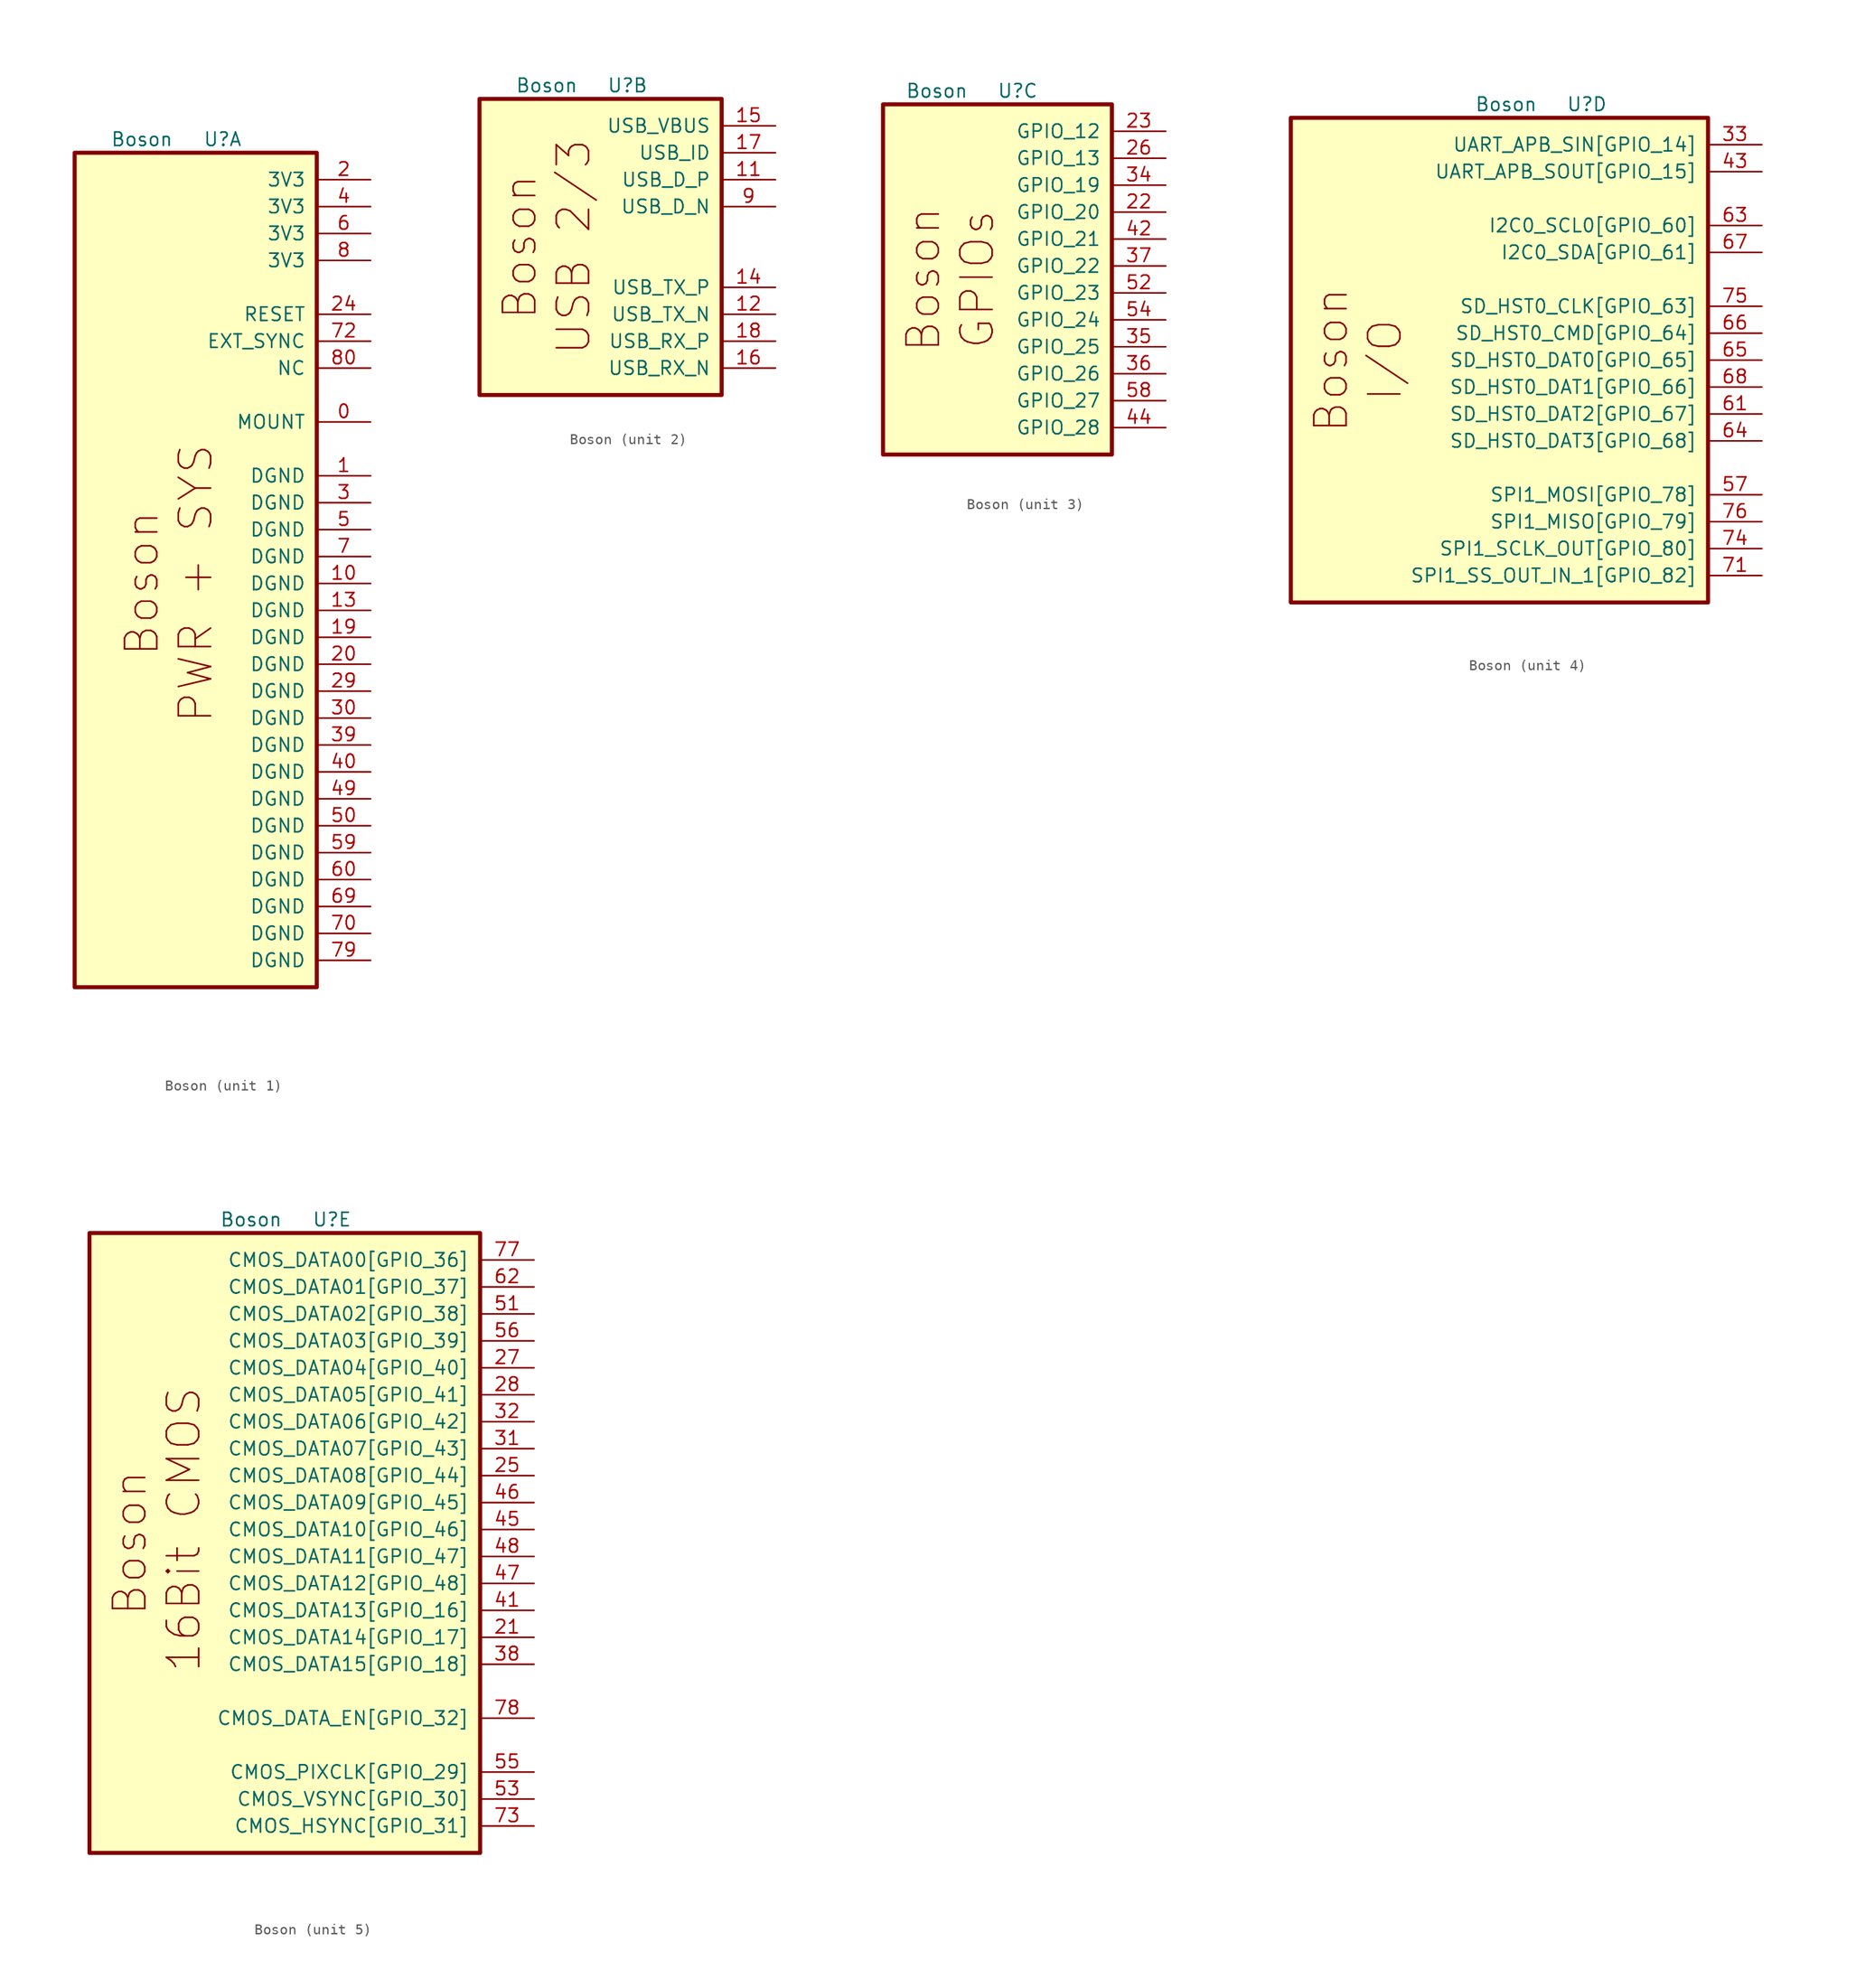
<source format=kicad_sym>
(kicad_symbol_lib
  (version 20211014)
  (generator kicad_symbol_editor)
  (symbol "Boson"
    (pin_names
      (offset 1.016))
    (property "Reference" "U"
      (at 2.54 36.83 0)
      (effects (font (size 1.27 1.27))))
    (property "Value" "Boson"
      (at -5.08 36.83 0)
      (effects (font (size 1.27 1.27))))
    (property "ki_locked" ""
      (at 0 0 0)
      (effects (font (size 1.27 1.27))))
    (symbol "Boson_1_0"
      (text "Boson" (at -5.08 -5.08 900) (effects (font (size 3.048 3.048)))))
    (symbol "Boson_1_1"
      (rectangle (start 11.43 -43.18) (end -11.43 35.56) (stroke (width 0.381) (type default) (color 0 0 0 0)) (fill (type background)))
      (text "PWR + SYS" (at 0 -5.08 900) (effects (font (size 3.048 3.048))))
      (pin passive line (at 16.51 10.16 180) (length 5.08) (name "MOUNT" (effects (font (size 1.27 1.27)))) (number "0" (effects (font (size 1.27 1.27)))))
      (pin power_in line (at 16.51 5.08 180) (length 5.08) (name "DGND" (effects (font (size 1.27 1.27)))) (number "1" (effects (font (size 1.27 1.27)))))
      (pin power_in line (at 16.51 -5.08 180) (length 5.08) (name "DGND" (effects (font (size 1.27 1.27)))) (number "10" (effects (font (size 1.27 1.27)))))
      (pin power_in line (at 16.51 -7.62 180) (length 5.08) (name "DGND" (effects (font (size 1.27 1.27)))) (number "13" (effects (font (size 1.27 1.27)))))
      (pin power_in line (at 16.51 -10.16 180) (length 5.08) (name "DGND" (effects (font (size 1.27 1.27)))) (number "19" (effects (font (size 1.27 1.27)))))
      (pin power_in line (at 16.51 33.02 180) (length 5.08) (name "3V3" (effects (font (size 1.27 1.27)))) (number "2" (effects (font (size 1.27 1.27)))))
      (pin power_in line (at 16.51 -12.7 180) (length 5.08) (name "DGND" (effects (font (size 1.27 1.27)))) (number "20" (effects (font (size 1.27 1.27)))))
      (pin input line (at 16.51 20.32 180) (length 5.08) (name "RESET" (effects (font (size 1.27 1.27)))) (number "24" (effects (font (size 1.27 1.27)))))
      (pin power_in line (at 16.51 -15.24 180) (length 5.08) (name "DGND" (effects (font (size 1.27 1.27)))) (number "29" (effects (font (size 1.27 1.27)))))
      (pin power_in line (at 16.51 2.54 180) (length 5.08) (name "DGND" (effects (font (size 1.27 1.27)))) (number "3" (effects (font (size 1.27 1.27)))))
      (pin power_in line (at 16.51 -17.78 180) (length 5.08) (name "DGND" (effects (font (size 1.27 1.27)))) (number "30" (effects (font (size 1.27 1.27)))))
      (pin power_in line (at 16.51 -20.32 180) (length 5.08) (name "DGND" (effects (font (size 1.27 1.27)))) (number "39" (effects (font (size 1.27 1.27)))))
      (pin power_in line (at 16.51 30.48 180) (length 5.08) (name "3V3" (effects (font (size 1.27 1.27)))) (number "4" (effects (font (size 1.27 1.27)))))
      (pin power_in line (at 16.51 -22.86 180) (length 5.08) (name "DGND" (effects (font (size 1.27 1.27)))) (number "40" (effects (font (size 1.27 1.27)))))
      (pin power_in line (at 16.51 -25.4 180) (length 5.08) (name "DGND" (effects (font (size 1.27 1.27)))) (number "49" (effects (font (size 1.27 1.27)))))
      (pin power_in line (at 16.51 0 180) (length 5.08) (name "DGND" (effects (font (size 1.27 1.27)))) (number "5" (effects (font (size 1.27 1.27)))))
      (pin power_in line (at 16.51 -27.94 180) (length 5.08) (name "DGND" (effects (font (size 1.27 1.27)))) (number "50" (effects (font (size 1.27 1.27)))))
      (pin power_in line (at 16.51 -30.48 180) (length 5.08) (name "DGND" (effects (font (size 1.27 1.27)))) (number "59" (effects (font (size 1.27 1.27)))))
      (pin power_in line (at 16.51 27.94 180) (length 5.08) (name "3V3" (effects (font (size 1.27 1.27)))) (number "6" (effects (font (size 1.27 1.27)))))
      (pin power_in line (at 16.51 -33.02 180) (length 5.08) (name "DGND" (effects (font (size 1.27 1.27)))) (number "60" (effects (font (size 1.27 1.27)))))
      (pin power_in line (at 16.51 -35.56 180) (length 5.08) (name "DGND" (effects (font (size 1.27 1.27)))) (number "69" (effects (font (size 1.27 1.27)))))
      (pin power_in line (at 16.51 -2.54 180) (length 5.08) (name "DGND" (effects (font (size 1.27 1.27)))) (number "7" (effects (font (size 1.27 1.27)))))
      (pin power_in line (at 16.51 -38.1 180) (length 5.08) (name "DGND" (effects (font (size 1.27 1.27)))) (number "70" (effects (font (size 1.27 1.27)))))
      (pin input line (at 16.51 17.78 180) (length 5.08) (name "EXT_SYNC" (effects (font (size 1.27 1.27)))) (number "72" (effects (font (size 1.27 1.27)))))
      (pin power_in line (at 16.51 -40.64 180) (length 5.08) (name "DGND" (effects (font (size 1.27 1.27)))) (number "79" (effects (font (size 1.27 1.27)))))
      (pin power_in line (at 16.51 25.4 180) (length 5.08) (name "3V3" (effects (font (size 1.27 1.27)))) (number "8" (effects (font (size 1.27 1.27)))))
      (pin passive line (at 16.51 15.24 180) (length 5.08) (name "NC" (effects (font (size 1.27 1.27)))) (number "80" (effects (font (size 1.27 1.27))))))
    (symbol "Boson_2_0"
      (rectangle (start -11.43 35.56) (end 11.43 7.62) (stroke (width 0.381) (type default) (color 0 0 0 0)) (fill (type background)))
      (text "Boson" (at -7.62 21.59 900) (effects (font (size 3.048 3.048))))
      (text "USB 2/3" (at -2.54 21.59 900) (effects (font (size 3.048 3.048)))))
    (symbol "Boson_2_1"
      (pin input line (at 16.51 27.94 180) (length 5.08) (name "USB_D_P" (effects (font (size 1.27 1.27)))) (number "11" (effects (font (size 1.27 1.27)))))
      (pin input line (at 16.51 15.24 180) (length 5.08) (name "USB_TX_N" (effects (font (size 1.27 1.27)))) (number "12" (effects (font (size 1.27 1.27)))))
      (pin input line (at 16.51 17.78 180) (length 5.08) (name "USB_TX_P" (effects (font (size 1.27 1.27)))) (number "14" (effects (font (size 1.27 1.27)))))
      (pin input line (at 16.51 33.02 180) (length 5.08) (name "USB_VBUS" (effects (font (size 1.27 1.27)))) (number "15" (effects (font (size 1.27 1.27)))))
      (pin input line (at 16.51 10.16 180) (length 5.08) (name "USB_RX_N" (effects (font (size 1.27 1.27)))) (number "16" (effects (font (size 1.27 1.27)))))
      (pin input line (at 16.51 30.48 180) (length 5.08) (name "USB_ID" (effects (font (size 1.27 1.27)))) (number "17" (effects (font (size 1.27 1.27)))))
      (pin input line (at 16.51 12.7 180) (length 5.08) (name "USB_RX_P" (effects (font (size 1.27 1.27)))) (number "18" (effects (font (size 1.27 1.27)))))
      (pin input line (at 16.51 25.4 180) (length 5.08) (name "USB_D_N" (effects (font (size 1.27 1.27)))) (number "9" (effects (font (size 1.27 1.27))))))
    (symbol "Boson_3_0"
      (rectangle (start -10.16 35.56) (end 11.43 2.54) (stroke (width 0.381) (type default) (color 0 0 0 0)) (fill (type background)))
      (text "Boson" (at -6.35 19.05 900) (effects (font (size 3.048 3.048))))
      (text "GPIOs" (at -1.27 19.05 900) (effects (font (size 3.048 3.048)))))
    (symbol "Boson_3_1"
      (pin passive line (at 16.51 25.4 180) (length 5.08) (name "GPIO_20" (effects (font (size 1.27 1.27)))) (number "22" (effects (font (size 1.27 1.27)))))
      (pin passive line (at 16.51 33.02 180) (length 5.08) (name "GPIO_12" (effects (font (size 1.27 1.27)))) (number "23" (effects (font (size 1.27 1.27)))))
      (pin passive line (at 16.51 30.48 180) (length 5.08) (name "GPIO_13" (effects (font (size 1.27 1.27)))) (number "26" (effects (font (size 1.27 1.27)))))
      (pin passive line (at 16.51 27.94 180) (length 5.08) (name "GPIO_19" (effects (font (size 1.27 1.27)))) (number "34" (effects (font (size 1.27 1.27)))))
      (pin passive line (at 16.51 12.7 180) (length 5.08) (name "GPIO_25" (effects (font (size 1.27 1.27)))) (number "35" (effects (font (size 1.27 1.27)))))
      (pin passive line (at 16.51 10.16 180) (length 5.08) (name "GPIO_26" (effects (font (size 1.27 1.27)))) (number "36" (effects (font (size 1.27 1.27)))))
      (pin passive line (at 16.51 20.32 180) (length 5.08) (name "GPIO_22" (effects (font (size 1.27 1.27)))) (number "37" (effects (font (size 1.27 1.27)))))
      (pin passive line (at 16.51 22.86 180) (length 5.08) (name "GPIO_21" (effects (font (size 1.27 1.27)))) (number "42" (effects (font (size 1.27 1.27)))))
      (pin passive line (at 16.51 5.08 180) (length 5.08) (name "GPIO_28" (effects (font (size 1.27 1.27)))) (number "44" (effects (font (size 1.27 1.27)))))
      (pin passive line (at 16.51 17.78 180) (length 5.08) (name "GPIO_23" (effects (font (size 1.27 1.27)))) (number "52" (effects (font (size 1.27 1.27)))))
      (pin passive line (at 16.51 15.24 180) (length 5.08) (name "GPIO_24" (effects (font (size 1.27 1.27)))) (number "54" (effects (font (size 1.27 1.27)))))
      (pin passive line (at 16.51 7.62 180) (length 5.08) (name "GPIO_27" (effects (font (size 1.27 1.27)))) (number "58" (effects (font (size 1.27 1.27))))))
    (symbol "Boson_4_0"
      (text "Boson" (at -21.59 12.7 900) (effects (font (size 3.048 3.048)))))
    (symbol "Boson_4_1"
      (rectangle (start 13.97 35.56) (end -25.4 -10.16) (stroke (width 0.381) (type default) (color 0 0 0 0)) (fill (type background)))
      (text "I/O" (at -16.51 12.7 900) (effects (font (size 3.048 3.048))))
      (pin input line (at 19.05 33.02 180) (length 5.08) (name "UART_APB_SIN[GPIO_14]" (effects (font (size 1.27 1.27)))) (number "33" (effects (font (size 1.27 1.27)))))
      (pin output line (at 19.05 30.48 180) (length 5.08) (name "UART_APB_SOUT[GPIO_15]" (effects (font (size 1.27 1.27)))) (number "43" (effects (font (size 1.27 1.27)))))
      (pin input line (at 19.05 0 180) (length 5.08) (name "SPI1_MOSI[GPIO_78]" (effects (font (size 1.27 1.27)))) (number "57" (effects (font (size 1.27 1.27)))))
      (pin input line (at 19.05 7.62 180) (length 5.08) (name "SD_HST0_DAT2[GPIO_67]" (effects (font (size 1.27 1.27)))) (number "61" (effects (font (size 1.27 1.27)))))
      (pin bidirectional line (at 19.05 25.4 180) (length 5.08) (name "I2C0_SCL0[GPIO_60]" (effects (font (size 1.27 1.27)))) (number "63" (effects (font (size 1.27 1.27)))))
      (pin input line (at 19.05 5.08 180) (length 5.08) (name "SD_HST0_DAT3[GPIO_68]" (effects (font (size 1.27 1.27)))) (number "64" (effects (font (size 1.27 1.27)))))
      (pin input line (at 19.05 12.7 180) (length 5.08) (name "SD_HST0_DAT0[GPIO_65]" (effects (font (size 1.27 1.27)))) (number "65" (effects (font (size 1.27 1.27)))))
      (pin input line (at 19.05 15.24 180) (length 5.08) (name "SD_HST0_CMD[GPIO_64]" (effects (font (size 1.27 1.27)))) (number "66" (effects (font (size 1.27 1.27)))))
      (pin bidirectional line (at 19.05 22.86 180) (length 5.08) (name "I2C0_SDA[GPIO_61]" (effects (font (size 1.27 1.27)))) (number "67" (effects (font (size 1.27 1.27)))))
      (pin input line (at 19.05 10.16 180) (length 5.08) (name "SD_HST0_DAT1[GPIO_66]" (effects (font (size 1.27 1.27)))) (number "68" (effects (font (size 1.27 1.27)))))
      (pin input line (at 19.05 -7.62 180) (length 5.08) (name "SPI1_SS_OUT_IN_1[GPIO_82]" (effects (font (size 1.27 1.27)))) (number "71" (effects (font (size 1.27 1.27)))))
      (pin input line (at 19.05 -5.08 180) (length 5.08) (name "SPI1_SCLK_OUT[GPIO_80]" (effects (font (size 1.27 1.27)))) (number "74" (effects (font (size 1.27 1.27)))))
      (pin input line (at 19.05 17.78 180) (length 5.08) (name "SD_HST0_CLK[GPIO_63]" (effects (font (size 1.27 1.27)))) (number "75" (effects (font (size 1.27 1.27)))))
      (pin output line (at 19.05 -2.54 180) (length 5.08) (name "SPI1_MISO[GPIO_79]" (effects (font (size 1.27 1.27)))) (number "76" (effects (font (size 1.27 1.27))))))
    (symbol "Boson_5_0"
      (text "Boson" (at -16.51 6.35 900) (effects (font (size 3.048 3.048)))))
    (symbol "Boson_5_1"
      (rectangle (start 16.51 -22.86) (end -20.32 35.56) (stroke (width 0.381) (type default) (color 0 0 0 0)) (fill (type background)))
      (text "16Bit CMOS" (at -11.43 7.62 900) (effects (font (size 3.048 3.048))))
      (pin output line (at 21.59 -2.54 180) (length 5.08) (name "CMOS_DATA14[GPIO_17]" (effects (font (size 1.27 1.27)))) (number "21" (effects (font (size 1.27 1.27)))))
      (pin output line (at 21.59 12.7 180) (length 5.08) (name "CMOS_DATA08[GPIO_44]" (effects (font (size 1.27 1.27)))) (number "25" (effects (font (size 1.27 1.27)))))
      (pin output line (at 21.59 22.86 180) (length 5.08) (name "CMOS_DATA04[GPIO_40]" (effects (font (size 1.27 1.27)))) (number "27" (effects (font (size 1.27 1.27)))))
      (pin output line (at 21.59 20.32 180) (length 5.08) (name "CMOS_DATA05[GPIO_41]" (effects (font (size 1.27 1.27)))) (number "28" (effects (font (size 1.27 1.27)))))
      (pin output line (at 21.59 15.24 180) (length 5.08) (name "CMOS_DATA07[GPIO_43]" (effects (font (size 1.27 1.27)))) (number "31" (effects (font (size 1.27 1.27)))))
      (pin output line (at 21.59 17.78 180) (length 5.08) (name "CMOS_DATA06[GPIO_42]" (effects (font (size 1.27 1.27)))) (number "32" (effects (font (size 1.27 1.27)))))
      (pin output line (at 21.59 -5.08 180) (length 5.08) (name "CMOS_DATA15[GPIO_18]" (effects (font (size 1.27 1.27)))) (number "38" (effects (font (size 1.27 1.27)))))
      (pin output line (at 21.59 0 180) (length 5.08) (name "CMOS_DATA13[GPIO_16]" (effects (font (size 1.27 1.27)))) (number "41" (effects (font (size 1.27 1.27)))))
      (pin output line (at 21.59 7.62 180) (length 5.08) (name "CMOS_DATA10[GPIO_46]" (effects (font (size 1.27 1.27)))) (number "45" (effects (font (size 1.27 1.27)))))
      (pin output line (at 21.59 10.16 180) (length 5.08) (name "CMOS_DATA09[GPIO_45]" (effects (font (size 1.27 1.27)))) (number "46" (effects (font (size 1.27 1.27)))))
      (pin output line (at 21.59 2.54 180) (length 5.08) (name "CMOS_DATA12[GPIO_48]" (effects (font (size 1.27 1.27)))) (number "47" (effects (font (size 1.27 1.27)))))
      (pin output line (at 21.59 5.08 180) (length 5.08) (name "CMOS_DATA11[GPIO_47]" (effects (font (size 1.27 1.27)))) (number "48" (effects (font (size 1.27 1.27)))))
      (pin output line (at 21.59 27.94 180) (length 5.08) (name "CMOS_DATA02[GPIO_38]" (effects (font (size 1.27 1.27)))) (number "51" (effects (font (size 1.27 1.27)))))
      (pin output line (at 21.59 -17.78 180) (length 5.08) (name "CMOS_VSYNC[GPIO_30]" (effects (font (size 1.27 1.27)))) (number "53" (effects (font (size 1.27 1.27)))))
      (pin output line (at 21.59 -15.24 180) (length 5.08) (name "CMOS_PIXCLK[GPIO_29]" (effects (font (size 1.27 1.27)))) (number "55" (effects (font (size 1.27 1.27)))))
      (pin output line (at 21.59 25.4 180) (length 5.08) (name "CMOS_DATA03[GPIO_39]" (effects (font (size 1.27 1.27)))) (number "56" (effects (font (size 1.27 1.27)))))
      (pin output line (at 21.59 30.48 180) (length 5.08) (name "CMOS_DATA01[GPIO_37]" (effects (font (size 1.27 1.27)))) (number "62" (effects (font (size 1.27 1.27)))))
      (pin output line (at 21.59 -20.32 180) (length 5.08) (name "CMOS_HSYNC[GPIO_31]" (effects (font (size 1.27 1.27)))) (number "73" (effects (font (size 1.27 1.27)))))
      (pin output line (at 21.59 33.02 180) (length 5.08) (name "CMOS_DATA00[GPIO_36]" (effects (font (size 1.27 1.27)))) (number "77" (effects (font (size 1.27 1.27)))))
      (pin output line (at 21.59 -10.16 180) (length 5.08) (name "CMOS_DATA_EN[GPIO_32]" (effects (font (size 1.27 1.27)))) (number "78" (effects (font (size 1.27 1.27))))))))
</source>
